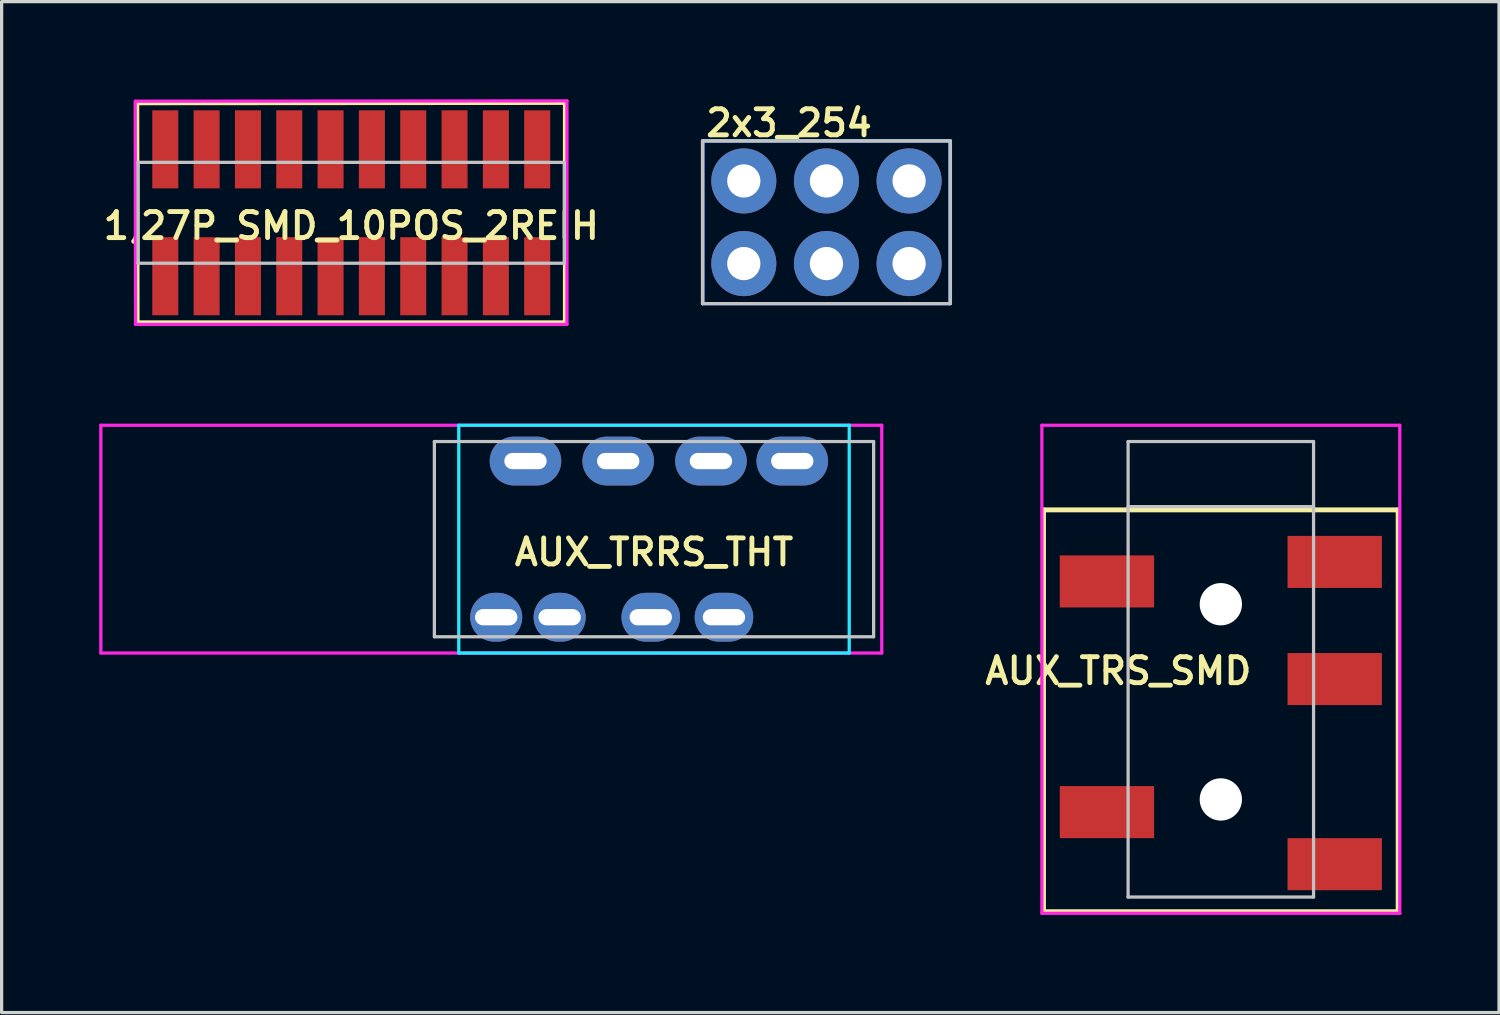
<source format=kicad_pcb>
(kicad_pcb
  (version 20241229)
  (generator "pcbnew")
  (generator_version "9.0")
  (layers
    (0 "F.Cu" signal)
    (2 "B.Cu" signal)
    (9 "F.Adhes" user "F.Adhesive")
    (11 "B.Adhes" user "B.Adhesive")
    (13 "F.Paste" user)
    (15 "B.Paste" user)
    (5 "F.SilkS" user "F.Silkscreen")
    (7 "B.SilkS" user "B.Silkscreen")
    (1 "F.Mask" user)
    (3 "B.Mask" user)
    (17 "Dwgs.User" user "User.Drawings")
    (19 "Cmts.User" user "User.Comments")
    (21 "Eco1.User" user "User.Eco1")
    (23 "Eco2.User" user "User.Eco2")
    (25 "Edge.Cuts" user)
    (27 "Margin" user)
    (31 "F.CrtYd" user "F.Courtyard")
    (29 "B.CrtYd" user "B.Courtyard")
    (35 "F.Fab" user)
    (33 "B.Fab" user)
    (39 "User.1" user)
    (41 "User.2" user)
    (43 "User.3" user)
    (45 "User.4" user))
  (footprint "2x3_254"
    (layer "F.Cu")
    (at 22.35 3.781)
    (property "Reference" "2x3_254" (at -1.15 -3.05 0) (layer "F.SilkS") (effects (font (size 0.8 0.8) (thickness 0.15))))
    (attr through_hole)
    (fp_line (start -3.81 -2.5) (end 3.81 -2.5) (stroke (width 0.1) (type solid)) (layer "Dwgs.User"))
    (fp_line (start -3.81 2.5) (end -3.81 -2.5) (stroke (width 0.1) (type solid)) (layer "Dwgs.User"))
    (fp_line (start 3.81 -2.5) (end 3.81 2.5) (stroke (width 0.1) (type solid)) (layer "Dwgs.User"))
    (fp_line (start 3.81 2.5) (end -3.81 2.5) (stroke (width 0.1) (type solid)) (layer "Dwgs.User"))
    (fp_line (start -3.8 -2.5) (end 3.8 -2.5) (stroke (width 0.1) (type solid)) (layer "B.CrtYd"))
    (fp_line (start -3.8 2.5) (end -3.8 -2.5) (stroke (width 0.1) (type solid)) (layer "B.CrtYd"))
    (fp_line (start 3.8 -2.5) (end 3.8 2.5) (stroke (width 0.1) (type solid)) (layer "B.CrtYd"))
    (fp_line (start 3.8 2.5) (end -3.8 2.5) (stroke (width 0.1) (type solid)) (layer "B.CrtYd"))
    (fp_line (start -3.8 -2.5) (end 3.8 -2.5) (stroke (width 0.1) (type solid)) (layer "F.CrtYd"))
    (fp_line (start -3.8 2.5) (end -3.8 -2.5) (stroke (width 0.1) (type solid)) (layer "F.CrtYd"))
    (fp_line (start -3.8 2.5) (end 3.8 2.5) (stroke (width 0.1) (type solid)) (layer "F.CrtYd"))
    (fp_line (start 3.8 -2.5) (end 3.8 2.5) (stroke (width 0.1) (type solid)) (layer "F.CrtYd"))
    (pad "1" thru_hole circle (at -2.54 1.27) (size 2 2) (drill 1.02) (layers "*.Cu" "*.Mask"))
    (pad "2" thru_hole circle (at -2.54 -1.27) (size 2 2) (drill 1.02) (layers "*.Cu" "*.Mask"))
    (pad "3" thru_hole circle (at 0 1.27) (size 2 2) (drill 1.02) (layers "*.Cu" "*.Mask"))
    (pad "4" thru_hole circle (at 0 -1.27) (size 2 2) (drill 1.02) (layers "*.Cu" "*.Mask"))
    (pad "5" thru_hole circle (at 2.54 1.27) (size 2 2) (drill 1.02) (layers "*.Cu" "*.Mask"))
    (pad "6" thru_hole circle (at 2.54 -1.27) (size 2 2) (drill 1.02) (layers "*.Cu" "*.Mask")))
  (footprint "1,27P_SMD_10POS_2REIH"
    (layer "F.Cu")
    (at 7.745 3.49)
    (property "Reference" "1,27P_SMD_10POS_2REIH" (at 0 0.4 0) (layer "F.SilkS") (effects (font (size 0.8 0.8) (thickness 0.15))))
    (attr smd)
    (fp_line (start -6.59 -3.38) (end -6.58 3.38) (stroke (width 0.15) (type solid)) (layer "F.SilkS"))
    (fp_line (start -6.58 3.38) (end 6.58 3.38) (stroke (width 0.15) (type solid)) (layer "F.SilkS"))
    (fp_line (start 6.58 -3.39) (end -6.59 -3.38) (stroke (width 0.15) (type solid)) (layer "F.SilkS"))
    (fp_line (start 6.58 3.38) (end 6.58 -3.39) (stroke (width 0.15) (type solid)) (layer "F.SilkS"))
    (fp_line (start -6.55 -1.55) (end 6.55 -1.55) (stroke (width 0.1) (type solid)) (layer "Dwgs.User"))
    (fp_line (start -6.55 1.55) (end -6.55 -1.55) (stroke (width 0.1) (type solid)) (layer "Dwgs.User"))
    (fp_line (start 6.55 -1.55) (end 6.55 1.55) (stroke (width 0.1) (type solid)) (layer "Dwgs.User"))
    (fp_line (start 6.55 1.55) (end -6.55 1.55) (stroke (width 0.1) (type solid)) (layer "Dwgs.User"))
    (fp_line (start -6.63 -3.43) (end 6.63 -3.44) (stroke (width 0.1) (type solid)) (layer "F.CrtYd"))
    (fp_line (start -6.63 3.43) (end -6.64 -3.43) (stroke (width 0.1) (type solid)) (layer "F.CrtYd"))
    (fp_line (start 6.63 -3.44) (end 6.63 3.43) (stroke (width 0.1) (type solid)) (layer "F.CrtYd"))
    (fp_line (start 6.63 3.43) (end -6.63 3.43) (stroke (width 0.1) (type solid)) (layer "F.CrtYd"))
    (pad "1" smd rect (at -5.715 1.95) (size 0.8 2.4) (layers "F.Cu" "F.Mask" "F.Paste"))
    (pad "2" smd rect (at -5.715 -1.95) (size 0.8 2.4) (layers "F.Cu" "F.Mask" "F.Paste"))
    (pad "3" smd rect (at -4.445 1.95) (size 0.8 2.4) (layers "F.Cu" "F.Mask" "F.Paste"))
    (pad "4" smd rect (at -4.445 -1.95) (size 0.8 2.4) (layers "F.Cu" "F.Mask" "F.Paste"))
    (pad "5" smd rect (at -3.175 1.95) (size 0.8 2.4) (layers "F.Cu" "F.Mask" "F.Paste"))
    (pad "6" smd rect (at -3.175 -1.95) (size 0.8 2.4) (layers "F.Cu" "F.Mask" "F.Paste"))
    (pad "7" smd rect (at -1.905 1.95) (size 0.8 2.4) (layers "F.Cu" "F.Mask" "F.Paste"))
    (pad "8" smd rect (at -1.905 -1.95) (size 0.8 2.4) (layers "F.Cu" "F.Mask" "F.Paste"))
    (pad "9" smd rect (at -0.635 1.95) (size 0.8 2.4) (layers "F.Cu" "F.Mask" "F.Paste"))
    (pad "10" smd rect (at -0.635 -1.95) (size 0.8 2.4) (layers "F.Cu" "F.Mask" "F.Paste"))
    (pad "11" smd rect (at 0.635 1.95) (size 0.8 2.4) (layers "F.Cu" "F.Mask" "F.Paste"))
    (pad "12" smd rect (at 0.635 -1.95) (size 0.8 2.4) (layers "F.Cu" "F.Mask" "F.Paste"))
    (pad "13" smd rect (at 1.905 1.95) (size 0.8 2.4) (layers "F.Cu" "F.Mask" "F.Paste"))
    (pad "14" smd rect (at 1.905 -1.95) (size 0.8 2.4) (layers "F.Cu" "F.Mask" "F.Paste"))
    (pad "15" smd rect (at 3.175 1.95) (size 0.8 2.4) (layers "F.Cu" "F.Mask" "F.Paste"))
    (pad "16" smd rect (at 3.175 -1.95) (size 0.8 2.4) (layers "F.Cu" "F.Mask" "F.Paste"))
    (pad "17" smd rect (at 4.445 1.95) (size 0.8 2.4) (layers "F.Cu" "F.Mask" "F.Paste"))
    (pad "18" smd rect (at 4.445 -1.95) (size 0.8 2.4) (layers "F.Cu" "F.Mask" "F.Paste"))
    (pad "19" smd rect (at 5.715 1.95) (size 0.8 2.4) (layers "F.Cu" "F.Mask" "F.Paste"))
    (pad "20" smd rect (at 5.715 -1.95) (size 0.8 2.4) (layers "F.Cu" "F.Mask" "F.Paste")))
  (footprint "AUX_TRRS_THT"
    (layer "F.Cu")
    (at 17.05 13.52)
    (property "Reference" "AUX_TRRS_THT" (at 0 0.4 0) (layer "F.SilkS") (effects (font (size 0.8 0.8) (thickness 0.15))))
    (attr through_hole)
    (fp_line (start -6.75 -3) (end 6.75 -3) (stroke (width 0.1) (type solid)) (layer "Dwgs.User"))
    (fp_line (start -6.75 3) (end -6.75 -3) (stroke (width 0.1) (type solid)) (layer "Dwgs.User"))
    (fp_line (start 6.75 -3) (end 6.75 3) (stroke (width 0.1) (type solid)) (layer "Dwgs.User"))
    (fp_line (start 6.75 3) (end -6.75 3) (stroke (width 0.1) (type solid)) (layer "Dwgs.User"))
    (fp_line (start -6 -3.5) (end 6 -3.5) (stroke (width 0.1) (type solid)) (layer "B.CrtYd"))
    (fp_line (start -6 3.5) (end -6 -3.5) (stroke (width 0.1) (type solid)) (layer "B.CrtYd"))
    (fp_line (start 6 -3.5) (end 6 3.5) (stroke (width 0.1) (type solid)) (layer "B.CrtYd"))
    (fp_line (start 6 3.5) (end -6 3.5) (stroke (width 0.1) (type solid)) (layer "B.CrtYd"))
    (fp_line (start -17 -3.5) (end 7 -3.5) (stroke (width 0.1) (type solid)) (layer "F.CrtYd"))
    (fp_line (start -17 3.5) (end -17 -3.5) (stroke (width 0.1) (type solid)) (layer "F.CrtYd"))
    (fp_line (start 7 -3.5) (end 7 3.5) (stroke (width 0.1) (type solid)) (layer "F.CrtYd"))
    (fp_line (start 7 3.5) (end -17 3.5) (stroke (width 0.1) (type solid)) (layer "F.CrtYd"))
    (pad "1" thru_hole oval (at -3.95 -2.4) (size 2.2 1.5) (drill oval 1.3 0.5) (layers "*.Cu" "*.Mask"))
    (pad "2" thru_hole oval (at 2.15 2.4) (size 1.8 1.5) (drill oval 1.3 0.5) (layers "*.Cu" "*.Mask"))
    (pad "3" thru_hole oval (at 1.75 -2.4) (size 2.2 1.5) (drill oval 1.3 0.5) (layers "*.Cu" "*.Mask"))
    (pad "4" thru_hole oval (at -1.1 -2.4) (size 2.2 1.5) (drill oval 1.3 0.5) (layers "*.Cu" "*.Mask"))
    (pad "5" thru_hole oval (at 4.25 -2.4) (size 2.2 1.5) (drill oval 1.3 0.5) (layers "*.Cu" "*.Mask"))
    (pad "6" thru_hole oval (at -0.1 2.4) (size 1.8 1.5) (drill oval 1.3 0.5) (layers "*.Cu" "*.Mask"))
    (pad "7" thru_hole oval (at -2.9 2.4) (size 1.6 1.5) (drill oval 1.3 0.5) (layers "*.Cu" "*.Mask"))
    (pad "8" thru_hole oval (at -4.85 2.4) (size 1.6 1.5) (drill oval 1.3 0.5) (layers "*.Cu" "*.Mask")))
  (footprint "AUX_TRS_SMD"
    (layer "F.Cu")
    (at 34.471 12.52)
    (property "Reference" "AUX_TRS_SMD" (at -3.15 5.05 0) (layer "F.SilkS") (effects (font (size 0.8 0.8) (thickness 0.15))))
    (attr smd)
    (fp_line (start -5.45 0.1) (end 5.45 0.1) (stroke (width 0.15) (type solid)) (layer "F.SilkS"))
    (fp_line (start -5.45 12.45) (end -5.45 0.1) (stroke (width 0.15) (type solid)) (layer "F.SilkS"))
    (fp_line (start 5.45 0.1) (end 5.45 12.45) (stroke (width 0.15) (type solid)) (layer "F.SilkS"))
    (fp_line (start 5.45 12.45) (end -5.45 12.45) (stroke (width 0.15) (type solid)) (layer "F.SilkS"))
    (fp_line (start -2.85 -2) (end 2.85 -2) (stroke (width 0.1) (type solid)) (layer "Dwgs.User"))
    (fp_line (start -2.85 0) (end 2.85 0) (stroke (width 0.1) (type solid)) (layer "Dwgs.User"))
    (fp_line (start -2.85 12) (end -2.85 -2) (stroke (width 0.1) (type solid)) (layer "Dwgs.User"))
    (fp_line (start 2.85 -2) (end 2.85 12) (stroke (width 0.1) (type solid)) (layer "Dwgs.User"))
    (fp_line (start 2.85 12) (end -2.85 12) (stroke (width 0.1) (type solid)) (layer "Dwgs.User"))
    (fp_line (start -5.5 -2.5) (end 5.5 -2.5) (stroke (width 0.1) (type solid)) (layer "F.CrtYd"))
    (fp_line (start -5.5 12.5) (end -5.5 -2.5) (stroke (width 0.1) (type solid)) (layer "F.CrtYd"))
    (fp_line (start 5.5 -2.5) (end 5.5 12.5) (stroke (width 0.1) (type solid)) (layer "F.CrtYd"))
    (fp_line (start 5.5 12.5) (end -5.5 12.5) (stroke (width 0.1) (type solid)) (layer "F.CrtYd"))
    (pad "" np_thru_hole circle (at 0 3) (size 1.3 1.3) (drill 1.3) (layers "*.Cu" "*.Mask"))
    (pad "" np_thru_hole circle (at 0 9) (size 1.3 1.3) (drill 1.3) (layers "*.Cu" "*.Mask"))
    (pad "2" smd rect (at -3.5 2.3) (size 2.9 1.6) (layers "F.Cu" "F.Mask" "F.Paste"))
    (pad "3" smd rect (at -3.5 9.39) (size 2.9 1.6) (layers "F.Cu" "F.Mask" "F.Paste"))
    (pad "4" smd rect (at 3.5 10.99) (size 2.9 1.6) (layers "F.Cu" "F.Mask" "F.Paste"))
    (pad "5" smd rect (at 3.5 5.3) (size 2.9 1.6) (layers "F.Cu" "F.Mask" "F.Paste"))
    (pad "6" smd rect (at 3.5 1.7) (size 2.9 1.6) (layers "F.Cu" "F.Mask" "F.Paste")))
  (gr_rect
    (start -3 -3)
    (end 43.021 28.07)
    (stroke (width 0.1) (type default))
    (fill no)
    (layer "Edge.Cuts")))
</source>
